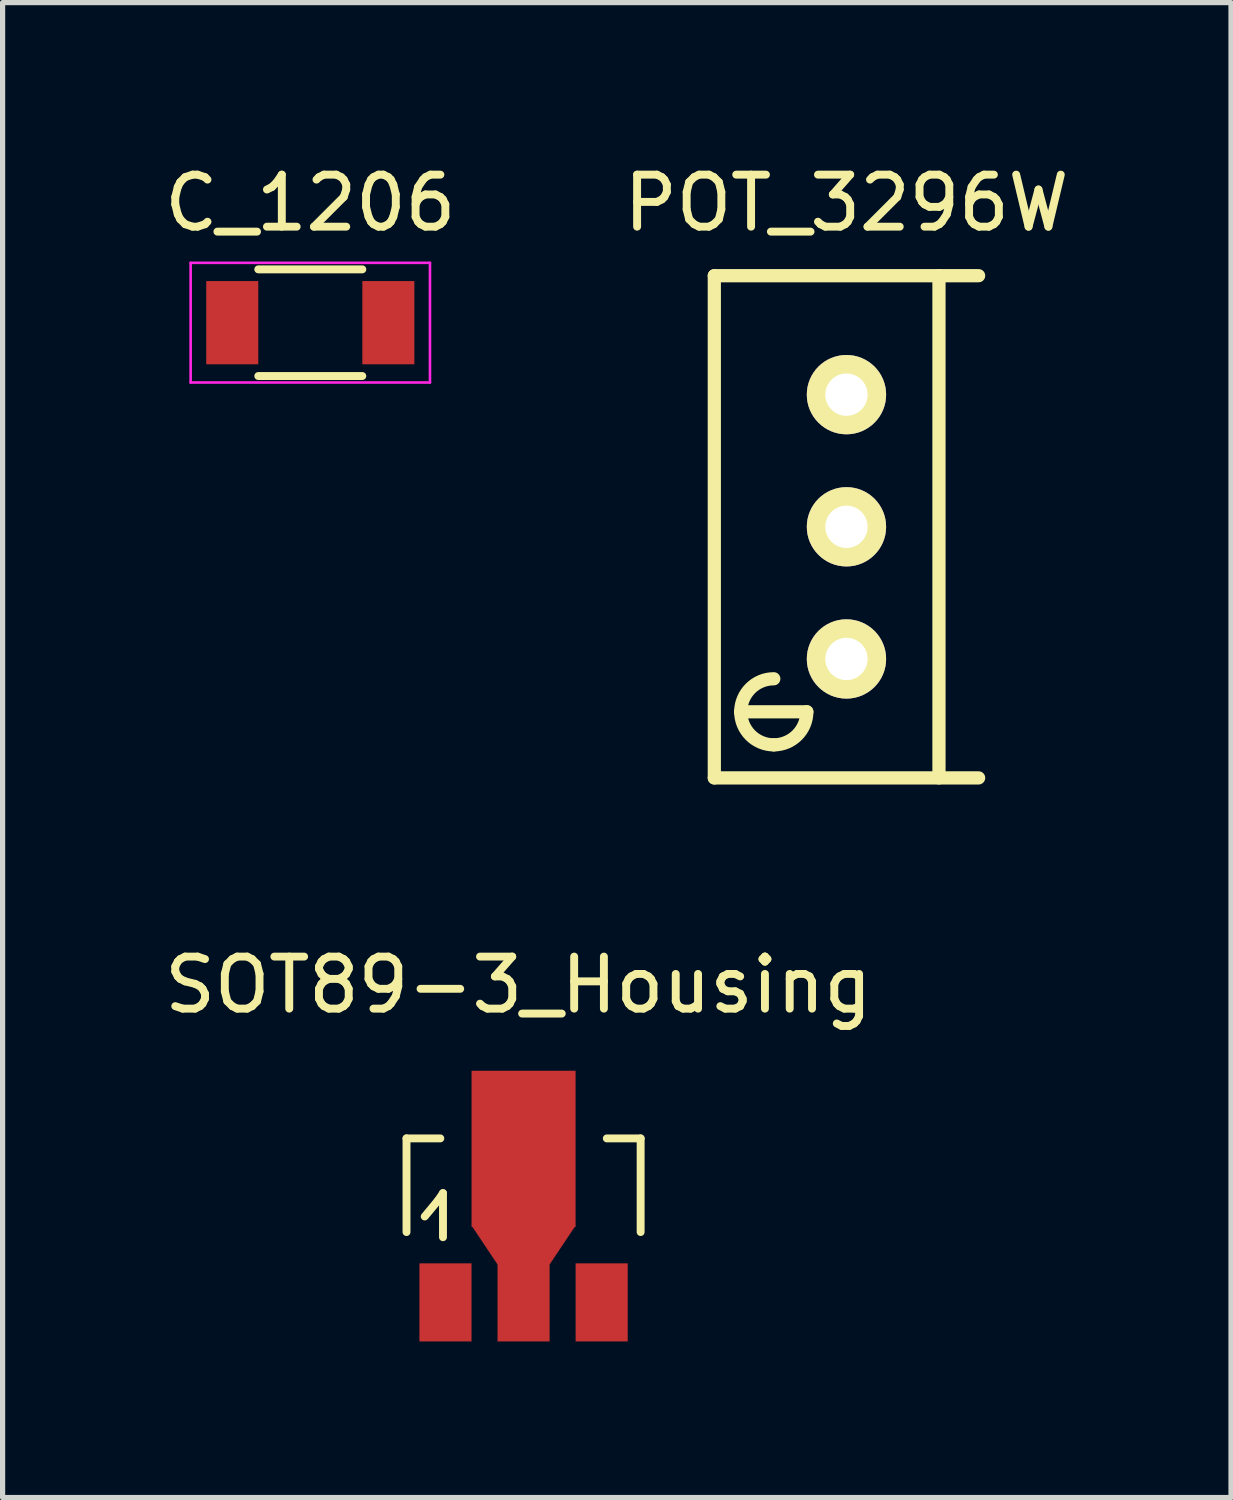
<source format=kicad_pcb>
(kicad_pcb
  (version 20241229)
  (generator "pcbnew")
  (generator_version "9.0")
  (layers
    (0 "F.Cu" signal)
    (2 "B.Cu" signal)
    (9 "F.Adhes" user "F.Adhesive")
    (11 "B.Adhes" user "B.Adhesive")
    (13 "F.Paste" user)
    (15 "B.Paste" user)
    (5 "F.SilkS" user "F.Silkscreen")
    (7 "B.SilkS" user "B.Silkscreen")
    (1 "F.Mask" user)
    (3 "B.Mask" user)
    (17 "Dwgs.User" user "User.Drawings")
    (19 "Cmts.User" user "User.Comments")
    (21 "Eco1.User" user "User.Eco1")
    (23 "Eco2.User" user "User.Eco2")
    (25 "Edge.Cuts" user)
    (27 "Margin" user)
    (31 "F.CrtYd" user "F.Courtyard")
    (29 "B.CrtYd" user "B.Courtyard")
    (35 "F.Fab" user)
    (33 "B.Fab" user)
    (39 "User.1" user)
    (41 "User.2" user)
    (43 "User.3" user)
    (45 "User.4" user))
  (footprint "C_1206"
    (layer "F.Cu")
    (at 2.914 3.152)
    (property "Reference" "C_1206" (at 0 -2.3 0) (layer "F.SilkS") (effects (font (size 1 1) (thickness 0.152))))
    (attr smd)
    (fp_line (start -1 1.025) (end 1 1.025) (stroke (width 0.152) (type solid)) (layer "F.SilkS"))
    (fp_line (start 1 -1.025) (end -1 -1.025) (stroke (width 0.152) (type solid)) (layer "F.SilkS"))
    (fp_line (start -2.3 -1.15) (end -2.3 1.15) (stroke (width 0.05) (type solid)) (layer "F.CrtYd"))
    (fp_line (start -2.3 -1.15) (end 2.3 -1.15) (stroke (width 0.05) (type solid)) (layer "F.CrtYd"))
    (fp_line (start -2.3 1.15) (end 2.3 1.15) (stroke (width 0.05) (type solid)) (layer "F.CrtYd"))
    (fp_line (start 2.3 -1.15) (end 2.3 1.15) (stroke (width 0.05) (type solid)) (layer "F.CrtYd"))
    (pad "1" smd rect (at -1.5 0) (size 1 1.6) (layers "F.Cu" "F.Mask" "F.Paste"))
    (pad "2" smd rect (at 1.5 0) (size 1 1.6) (layers "F.Cu" "F.Mask" "F.Paste")))
  (footprint "SOT89-3_Housing"
    (layer "F.Cu")
    (at 7.013 20.13)
    (property "Reference" "SOT89-3_Housing" (at -0.099 -4.249 0) (layer "F.SilkS") (effects (font (size 1 1) (thickness 0.152))))
    (attr smd)
    (fp_line (start -2.25 -1.3) (end -2.25 0.5) (stroke (width 0.152) (type solid)) (layer "F.SilkS"))
    (fp_line (start -2.25 -1.3) (end -1.6 -1.3) (stroke (width 0.152) (type solid)) (layer "F.SilkS"))
    (fp_line (start -1.9 0.201) (end -1.651 -0.099) (stroke (width 0.152) (type solid)) (layer "F.SilkS"))
    (fp_line (start -1.651 -0.099) (end -1.549 -0.249) (stroke (width 0.15) (type solid)) (layer "F.SilkS"))
    (fp_line (start -1.549 -0.249) (end -1.549 0.599) (stroke (width 0.152) (type solid)) (layer "F.SilkS"))
    (fp_line (start 2.25 -1.3) (end 1.6 -1.3) (stroke (width 0.152) (type solid)) (layer "F.SilkS"))
    (fp_line (start 2.25 -1.3) (end 2.25 0.5) (stroke (width 0.152) (type solid)) (layer "F.SilkS"))
    (pad "1" smd rect (at -1.501 1.852) (size 1.001 1.501) (layers "F.Cu" "F.Mask" "F.Paste"))
    (pad "2" smd rect (at 0 -1.1) (size 1.999 3) (layers "F.Cu" "F.Mask" "F.Paste"))
    (pad "2" smd trapezoid (at 0 0.749 180) (size 1.501 0.749) (rect_delta 0 0.5) (layers "F.Cu" "F.Mask" "F.Paste"))
    (pad "2" smd rect (at 0 1.852) (size 1.001 1.501) (layers "F.Cu" "F.Mask" "F.Paste"))
    (pad "3" smd rect (at 1.501 1.852) (size 1.001 1.501) (layers "F.Cu" "F.Mask" "F.Paste")))
  (footprint "POT_3296W"
    (layer "F.Cu")
    (at 13.219 7.075)
    (property "Reference" "POT_3296W" (at 0 -6.223 0) (layer "F.SilkS") (effects (font (size 1 1) (thickness 0.152))))
    (attr through_hole)
    (fp_line (start -2.54 -4.826) (end 2.54 -4.826) (stroke (width 0.254) (type solid)) (layer "F.SilkS"))
    (fp_line (start -2.54 4.826) (end -2.54 -4.826) (stroke (width 0.254) (type solid)) (layer "F.SilkS"))
    (fp_line (start -2.54 4.826) (end 2.54 4.826) (stroke (width 0.254) (type solid)) (layer "F.SilkS"))
    (fp_line (start -2.032 3.556) (end -0.762 3.556) (stroke (width 0.254) (type solid)) (layer "F.SilkS"))
    (fp_line (start 1.778 -4.826) (end 1.778 4.826) (stroke (width 0.254) (type solid)) (layer "F.SilkS"))
    (fp_arc (start -2.032 3.556) (mid -1.846013 3.106987) (end -1.397 2.921) (stroke (width 0.254) (type solid)) (layer "F.SilkS"))
    (fp_arc (start -1.397 4.191) (mid -1.846013 4.005013) (end -2.032 3.556) (stroke (width 0.254) (type solid)) (layer "F.SilkS"))
    (fp_arc (start -0.762 3.556) (mid -0.947987 4.005013) (end -1.397 4.191) (stroke (width 0.254) (type solid)) (layer "F.SilkS"))
    (pad "1" thru_hole circle (at 0 2.54) (size 1.524 1.524) (drill 0.813) (layers "*.Cu" "*.Mask" "F.SilkS"))
    (pad "2" thru_hole circle (at 0 0) (size 1.524 1.524) (drill 0.813) (layers "*.Cu" "*.Mask" "F.SilkS"))
    (pad "3" thru_hole circle (at 0 -2.54) (size 1.524 1.524) (drill 0.813) (layers "*.Cu" "*.Mask" "F.SilkS")))
  (gr_rect
    (start -3 -3)
    (end 20.61 25.733)
    (stroke (width 0.1) (type default))
    (fill no)
    (layer "Edge.Cuts")))
</source>
